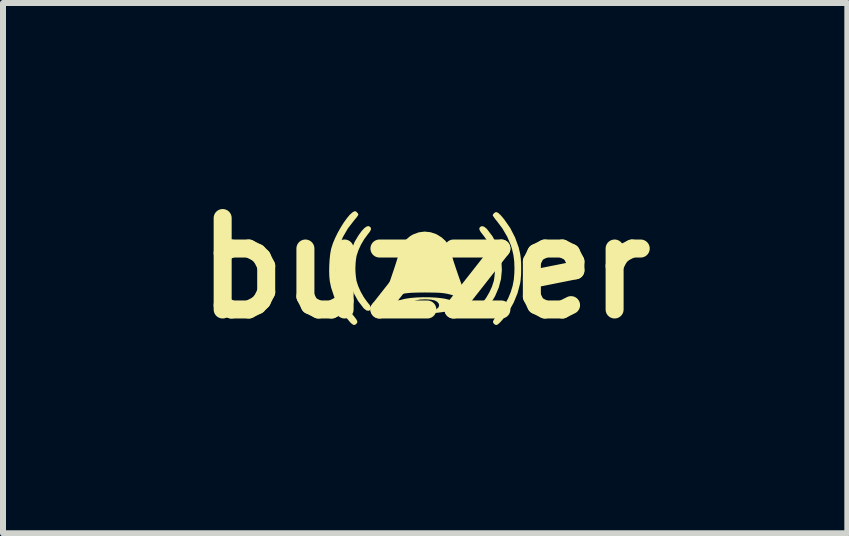
<source format=kicad_pcb>
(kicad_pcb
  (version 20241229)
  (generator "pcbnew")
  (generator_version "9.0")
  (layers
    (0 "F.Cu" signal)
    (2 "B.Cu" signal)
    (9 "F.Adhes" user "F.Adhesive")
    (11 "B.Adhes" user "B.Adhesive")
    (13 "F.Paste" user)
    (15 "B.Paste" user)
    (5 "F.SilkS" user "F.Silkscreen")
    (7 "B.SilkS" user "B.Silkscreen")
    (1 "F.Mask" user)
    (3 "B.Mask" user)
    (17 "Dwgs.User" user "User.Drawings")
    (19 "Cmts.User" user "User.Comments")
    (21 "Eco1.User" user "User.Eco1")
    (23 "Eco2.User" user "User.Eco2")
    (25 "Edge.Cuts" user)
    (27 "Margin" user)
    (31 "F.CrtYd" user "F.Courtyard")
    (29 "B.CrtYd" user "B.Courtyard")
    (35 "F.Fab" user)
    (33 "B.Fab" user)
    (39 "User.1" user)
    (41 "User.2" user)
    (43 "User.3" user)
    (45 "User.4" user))
  (footprint "buzzer"
    (layer "F.Cu")
    (at 4.035 1.418)
    (property "Reference" "buzzer" (at 0 0 0) (layer "F.SilkS") (effects (font (size 1.524 1.524) (thickness 0.3))))
    (attr board_only exclude_from_pos_files exclude_from_bom)
    (fp_poly (pts (xy 0.059 0.603) (xy 0.095 0.61) (xy 0.107 0.621) (xy 0.105 0.627) (xy 0.091 0.632) (xy 0.057 0.636) (xy 0.012 0.638) (xy 0 0.638) (xy -0.047 0.636) (xy -0.084 0.633) (xy -0.104 0.628) (xy -0.105 0.627) (xy -0.103 0.613) (xy -0.076 0.605) (xy -0.025 0.601) (xy 0 0.6)) (stroke (width 0) (type solid)) (fill yes) (layer "F.SilkS"))
    (fp_poly (pts (xy -0.915 -0.685) (xy -0.903 -0.664) (xy -0.905 -0.639) (xy -0.924 -0.604) (xy -0.96 -0.558) (xy -0.963 -0.554) (xy -1.018 -0.479) (xy -1.07 -0.39) (xy -1.113 -0.296) (xy -1.142 -0.208) (xy -1.144 -0.2) (xy -1.152 -0.15) (xy -1.159 -0.086) (xy -1.162 -0.019) (xy -1.163 0.006) (xy -1.161 0.071) (xy -1.155 0.138) (xy -1.147 0.195) (xy -1.144 0.213) (xy -1.116 0.3) (xy -1.074 0.394) (xy -1.023 0.484) (xy -0.968 0.561) (xy -0.963 0.567) (xy -0.925 0.614) (xy -0.906 0.649) (xy -0.902 0.675) (xy -0.914 0.697) (xy -0.915 0.698) (xy -0.945 0.712) (xy -0.981 0.704) (xy -1.021 0.673) (xy -1.028 0.665) (xy -1.119 0.546) (xy -1.19 0.416) (xy -1.241 0.277) (xy -1.27 0.132) (xy -1.278 -0.015) (xy -1.265 -0.161) (xy -1.23 -0.305) (xy -1.174 -0.441) (xy -1.111 -0.546) (xy -1.058 -0.619) (xy -1.012 -0.668) (xy -0.973 -0.695) (xy -0.94 -0.7)) (stroke (width 0) (type solid)) (fill yes) (layer "F.SilkS"))
    (fp_poly (pts (xy 0.981 -0.691) (xy 1.021 -0.66) (xy 1.028 -0.653) (xy 1.12 -0.533) (xy 1.192 -0.401) (xy 1.242 -0.261) (xy 1.271 -0.116) (xy 1.278 0.033) (xy 1.264 0.18) (xy 1.226 0.325) (xy 1.167 0.463) (xy 1.146 0.5) (xy 1.091 0.586) (xy 1.042 0.65) (xy 0.997 0.692) (xy 0.959 0.711) (xy 0.926 0.706) (xy 0.915 0.698) (xy 0.903 0.677) (xy 0.905 0.651) (xy 0.924 0.617) (xy 0.96 0.57) (xy 0.963 0.567) (xy 1.018 0.492) (xy 1.07 0.403) (xy 1.113 0.309) (xy 1.142 0.22) (xy 1.144 0.213) (xy 1.152 0.162) (xy 1.159 0.098) (xy 1.162 0.031) (xy 1.163 0.006) (xy 1.161 -0.059) (xy 1.155 -0.125) (xy 1.147 -0.182) (xy 1.144 -0.2) (xy 1.116 -0.288) (xy 1.074 -0.382) (xy 1.023 -0.472) (xy 0.968 -0.548) (xy 0.963 -0.554) (xy 0.925 -0.602) (xy 0.906 -0.637) (xy 0.902 -0.663) (xy 0.914 -0.684) (xy 0.915 -0.685) (xy 0.945 -0.7)) (stroke (width 0) (type solid)) (fill yes) (layer "F.SilkS"))
    (fp_poly (pts (xy 1.195 -0.932) (xy 1.222 -0.916) (xy 1.257 -0.883) (xy 1.302 -0.831) (xy 1.318 -0.811) (xy 1.418 -0.667) (xy 1.498 -0.511) (xy 1.558 -0.346) (xy 1.583 -0.24) (xy 1.593 -0.168) (xy 1.599 -0.08) (xy 1.6 0.016) (xy 1.598 0.111) (xy 1.591 0.197) (xy 1.583 0.252) (xy 1.54 0.416) (xy 1.475 0.575) (xy 1.392 0.723) (xy 1.291 0.857) (xy 1.254 0.898) (xy 1.218 0.933) (xy 1.19 0.948) (xy 1.166 0.944) (xy 1.144 0.925) (xy 1.133 0.909) (xy 1.13 0.891) (xy 1.139 0.869) (xy 1.159 0.837) (xy 1.194 0.793) (xy 1.219 0.763) (xy 1.31 0.638) (xy 1.384 0.501) (xy 1.427 0.397) (xy 1.458 0.293) (xy 1.477 0.193) (xy 1.486 0.085) (xy 1.488 0.006) (xy 1.484 -0.112) (xy 1.471 -0.216) (xy 1.448 -0.316) (xy 1.427 -0.384) (xy 1.367 -0.524) (xy 1.287 -0.661) (xy 1.204 -0.772) (xy 1.17 -0.814) (xy 1.144 -0.85) (xy 1.128 -0.874) (xy 1.126 -0.881) (xy 1.134 -0.9) (xy 1.151 -0.919) (xy 1.172 -0.932)) (stroke (width 0) (type solid)) (fill yes) (layer "F.SilkS"))
    (fp_poly (pts (xy -1.155 -0.945) (xy -1.139 -0.932) (xy -1.12 -0.91) (xy -1.113 -0.893) (xy -1.121 -0.876) (xy -1.141 -0.847) (xy -1.171 -0.811) (xy -1.177 -0.804) (xy -1.286 -0.664) (xy -1.372 -0.516) (xy -1.436 -0.359) (xy -1.451 -0.312) (xy -1.466 -0.241) (xy -1.478 -0.153) (xy -1.485 -0.057) (xy -1.487 0.041) (xy -1.484 0.132) (xy -1.477 0.2) (xy -1.441 0.353) (xy -1.383 0.504) (xy -1.305 0.646) (xy -1.219 0.763) (xy -1.176 0.815) (xy -1.148 0.853) (xy -1.133 0.88) (xy -1.13 0.9) (xy -1.137 0.917) (xy -1.144 0.925) (xy -1.168 0.945) (xy -1.192 0.947) (xy -1.221 0.93) (xy -1.254 0.898) (xy -1.356 0.774) (xy -1.444 0.633) (xy -1.515 0.482) (xy -1.567 0.325) (xy -1.589 0.22) (xy -1.597 0.144) (xy -1.6 0.052) (xy -1.598 -0.048) (xy -1.592 -0.147) (xy -1.582 -0.239) (xy -1.568 -0.316) (xy -1.564 -0.331) (xy -1.538 -0.412) (xy -1.502 -0.498) (xy -1.458 -0.588) (xy -1.409 -0.675) (xy -1.358 -0.757) (xy -1.306 -0.829) (xy -1.257 -0.888) (xy -1.213 -0.928) (xy -1.198 -0.937) (xy -1.173 -0.949)) (stroke (width 0) (type solid)) (fill yes) (layer "F.SilkS"))
    (fp_poly (pts (xy 0.08 0.486) (xy 0.189 0.492) (xy 0.286 0.503) (xy 0.334 0.511) (xy 0.411 0.53) (xy 0.478 0.551) (xy 0.532 0.573) (xy 0.568 0.595) (xy 0.585 0.615) (xy 0.586 0.621) (xy 0.569 0.646) (xy 0.53 0.67) (xy 0.472 0.693) (xy 0.399 0.712) (xy 0.314 0.729) (xy 0.22 0.742) (xy 0.119 0.752) (xy 0.016 0.756) (xy -0.087 0.756) (xy -0.181 0.75) (xy -0.274 0.739) (xy -0.36 0.723) (xy -0.438 0.704) (xy -0.502 0.681) (xy -0.551 0.658) (xy -0.579 0.634) (xy -0.582 0.628) (xy -0.232 0.628) (xy -0.215 0.66) (xy -0.181 0.686) (xy -0.133 0.707) (xy -0.074 0.72) (xy -0.007 0.725) (xy 0.063 0.721) (xy 0.133 0.707) (xy 0.135 0.706) (xy 0.19 0.683) (xy 0.223 0.653) (xy 0.233 0.618) (xy 0.227 0.593) (xy 0.201 0.561) (xy 0.158 0.538) (xy 0.095 0.525) (xy 0.009 0.52) (xy 0 0.52) (xy -0.087 0.524) (xy -0.153 0.537) (xy -0.198 0.558) (xy -0.225 0.589) (xy -0.227 0.593) (xy -0.232 0.628) (xy -0.582 0.628) (xy -0.586 0.621) (xy -0.577 0.603) (xy -0.547 0.582) (xy -0.499 0.559) (xy -0.437 0.538) (xy -0.364 0.518) (xy -0.334 0.511) (xy -0.249 0.498) (xy -0.146 0.489) (xy -0.034 0.485)) (stroke (width 0) (type solid)) (fill yes) (layer "F.SilkS"))
    (fp_poly (pts (xy 0.09 -0.598) (xy 0.186 -0.566) (xy 0.274 -0.512) (xy 0.338 -0.454) (xy 0.388 -0.387) (xy 0.425 -0.314) (xy 0.447 -0.241) (xy 0.451 -0.203) (xy 0.455 -0.179) (xy 0.467 -0.134) (xy 0.487 -0.072) (xy 0.513 0.006) (xy 0.544 0.097) (xy 0.579 0.197) (xy 0.594 0.238) (xy 0.737 0.632) (xy 0.709 0.653) (xy 0.682 0.671) (xy 0.67 0.67) (xy 0.669 0.648) (xy 0.671 0.634) (xy 0.667 0.588) (xy 0.638 0.544) (xy 0.587 0.505) (xy 0.514 0.47) (xy 0.42 0.44) (xy 0.373 0.429) (xy 0.329 0.421) (xy 0.281 0.415) (xy 0.224 0.41) (xy 0.154 0.408) (xy 0.067 0.407) (xy 0 0.406) (xy -0.101 0.407) (xy -0.181 0.409) (xy -0.246 0.412) (xy -0.299 0.417) (xy -0.345 0.423) (xy -0.373 0.429) (xy -0.476 0.456) (xy -0.558 0.489) (xy -0.619 0.527) (xy -0.657 0.568) (xy -0.672 0.614) (xy -0.671 0.634) (xy -0.669 0.665) (xy -0.678 0.674) (xy -0.701 0.662) (xy -0.712 0.653) (xy -0.731 0.633) (xy -0.731 0.611) (xy -0.727 0.6) (xy -0.709 0.555) (xy -0.685 0.493) (xy -0.658 0.419) (xy -0.629 0.336) (xy -0.598 0.248) (xy -0.567 0.157) (xy -0.537 0.069) (xy -0.509 -0.015) (xy -0.485 -0.089) (xy -0.466 -0.151) (xy -0.452 -0.197) (xy -0.446 -0.223) (xy -0.446 -0.224) (xy -0.424 -0.312) (xy -0.382 -0.396) (xy -0.322 -0.472) (xy -0.249 -0.534) (xy -0.205 -0.56) (xy -0.108 -0.596) (xy -0.009 -0.609)) (stroke (width 0) (type solid)) (fill yes) (layer "F.SilkS")))
  (gr_rect
    (start -3 -3)
    (end 11.07 5.836)
    (stroke (width 0.1) (type default))
    (fill no)
    (layer "Edge.Cuts")))
</source>
